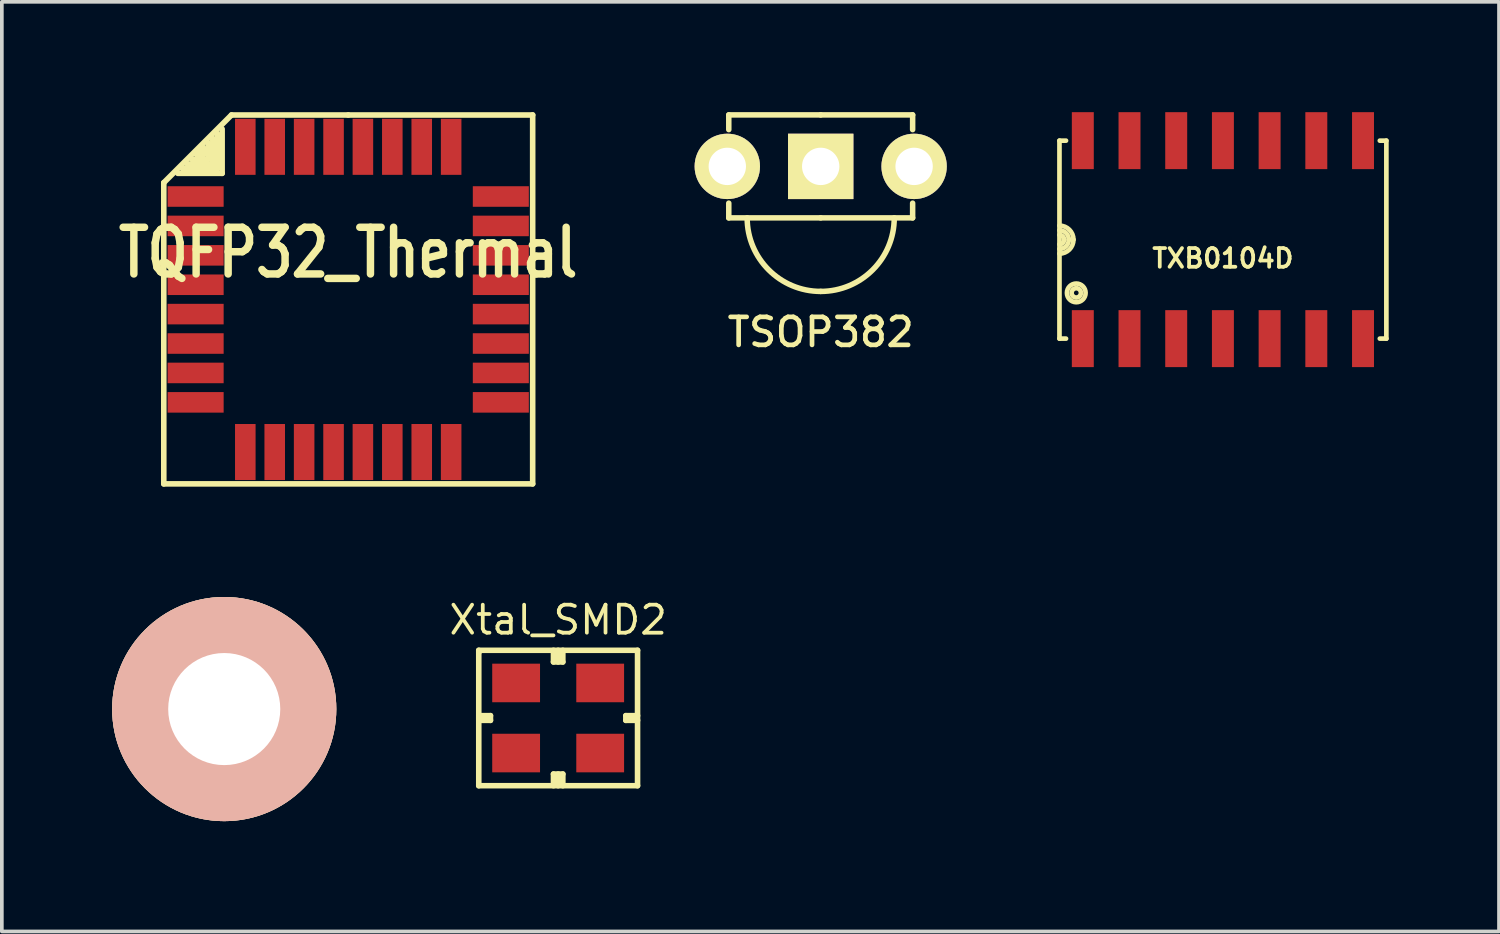
<source format=kicad_pcb>
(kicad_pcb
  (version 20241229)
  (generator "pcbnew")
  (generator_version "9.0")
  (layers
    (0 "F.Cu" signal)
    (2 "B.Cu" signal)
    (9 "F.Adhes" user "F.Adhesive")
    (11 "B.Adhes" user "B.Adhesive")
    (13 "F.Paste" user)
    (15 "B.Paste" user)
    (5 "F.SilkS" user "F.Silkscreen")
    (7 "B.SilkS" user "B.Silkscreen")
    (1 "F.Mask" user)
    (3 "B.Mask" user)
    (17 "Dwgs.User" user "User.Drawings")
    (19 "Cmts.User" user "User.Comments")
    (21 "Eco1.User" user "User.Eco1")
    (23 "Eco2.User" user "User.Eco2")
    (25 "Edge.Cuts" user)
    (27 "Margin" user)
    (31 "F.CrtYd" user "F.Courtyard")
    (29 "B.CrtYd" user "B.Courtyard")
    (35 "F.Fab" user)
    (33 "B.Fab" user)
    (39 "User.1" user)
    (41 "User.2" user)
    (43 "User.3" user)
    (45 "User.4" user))
  (footprint "Xtal_SMD2"
    (layer "F.Cu")
    (at 12.129 16.476)
    (property "Reference" "Xtal_SMD2" (at 0 -2.667 0) (layer "F.SilkS") (effects (font (size 0.762 0.762) (thickness 0.102))))
    (attr smd)
    (fp_line (start -2.159 -1.841) (end 2.159 -1.841) (stroke (width 0.152) (type solid)) (layer "F.SilkS"))
    (fp_line (start -2.159 -1.778) (end -2.159 -1.841) (stroke (width 0.152) (type solid)) (layer "F.SilkS"))
    (fp_line (start -2.159 -0.064) (end -1.841 -0.064) (stroke (width 0.152) (type solid)) (layer "F.SilkS"))
    (fp_line (start -2.159 0) (end -2.159 -1.778) (stroke (width 0.152) (type solid)) (layer "F.SilkS"))
    (fp_line (start -2.159 1.841) (end -2.159 0) (stroke (width 0.152) (type solid)) (layer "F.SilkS"))
    (fp_line (start -1.841 -0.064) (end -1.841 0.064) (stroke (width 0.152) (type solid)) (layer "F.SilkS"))
    (fp_line (start -1.841 0.064) (end -2.159 0.064) (stroke (width 0.152) (type solid)) (layer "F.SilkS"))
    (fp_line (start -0.127 -1.524) (end -0.127 -1.841) (stroke (width 0.152) (type solid)) (layer "F.SilkS"))
    (fp_line (start -0.127 1.524) (end 0.127 1.524) (stroke (width 0.152) (type solid)) (layer "F.SilkS"))
    (fp_line (start -0.127 1.841) (end -0.127 1.524) (stroke (width 0.152) (type solid)) (layer "F.SilkS"))
    (fp_line (start 0 -1.524) (end 0 -1.841) (stroke (width 0.152) (type solid)) (layer "F.SilkS"))
    (fp_line (start 0 1.524) (end 0 1.841) (stroke (width 0.152) (type solid)) (layer "F.SilkS"))
    (fp_line (start 0.127 -1.841) (end 0.127 -1.524) (stroke (width 0.152) (type solid)) (layer "F.SilkS"))
    (fp_line (start 0.127 -1.524) (end -0.127 -1.524) (stroke (width 0.152) (type solid)) (layer "F.SilkS"))
    (fp_line (start 0.127 1.524) (end 0.127 1.841) (stroke (width 0.152) (type solid)) (layer "F.SilkS"))
    (fp_line (start 1.841 -0.064) (end 1.841 0.064) (stroke (width 0.152) (type solid)) (layer "F.SilkS"))
    (fp_line (start 1.841 0.064) (end 2.159 0.064) (stroke (width 0.152) (type solid)) (layer "F.SilkS"))
    (fp_line (start 2.159 -1.841) (end 2.159 1.841) (stroke (width 0.152) (type solid)) (layer "F.SilkS"))
    (fp_line (start 2.159 -0.064) (end 1.841 -0.064) (stroke (width 0.152) (type solid)) (layer "F.SilkS"))
    (fp_line (start 2.159 1.841) (end -2.159 1.841) (stroke (width 0.152) (type solid)) (layer "F.SilkS"))
    (pad "1" smd rect (at -1.143 -0.953) (size 1.3 1.049) (layers "F.Cu" "F.Mask" "F.Paste"))
    (pad "1" smd rect (at -1.143 0.953) (size 1.3 1.049) (layers "F.Cu" "F.Mask" "F.Paste"))
    (pad "2" smd rect (at 1.143 -0.953) (size 1.3 1.049) (layers "F.Cu" "F.Mask" "F.Paste"))
    (pad "2" smd rect (at 1.143 0.953) (size 1.3 1.049) (layers "F.Cu" "F.Mask" "F.Paste")))
  (footprint "vite_3mm"
    (layer "F.Cu")
    (at 3.048 16.233)
    (property "Reference" "vite_3mm" (at 0 1.079 0) (layer "F.SilkS") (effects (font (size 0.762 0.762) (thickness 0.127))))
    (attr through_hole)
    (pad "1" thru_hole circle (at 0 0) (size 6.096 6.096) (drill 3.048) (layers "*.Cu" "*.SilkS" "*.Mask")))
  (footprint "TSOP382"
    (layer "F.Cu")
    (at 19.269 1.475)
    (property "Reference" "TSOP382" (at 0 4.508 0) (layer "F.SilkS") (effects (font (size 0.762 0.762) (thickness 0.127))))
    (attr through_hole)
    (fp_line (start -2.5 -1.4) (end -2.5 -1) (stroke (width 0.15) (type solid)) (layer "F.SilkS"))
    (fp_line (start -2.5 1.4) (end -2.5 1) (stroke (width 0.15) (type solid)) (layer "F.SilkS"))
    (fp_line (start 0 -1.4) (end -2.5 -1.4) (stroke (width 0.15) (type solid)) (layer "F.SilkS"))
    (fp_line (start 0 -1.4) (end 2.5 -1.4) (stroke (width 0.15) (type solid)) (layer "F.SilkS"))
    (fp_line (start 0 1.4) (end -2.5 1.4) (stroke (width 0.15) (type solid)) (layer "F.SilkS"))
    (fp_line (start 0 1.4) (end 2.5 1.4) (stroke (width 0.15) (type solid)) (layer "F.SilkS"))
    (fp_line (start 2.5 -1.4) (end 2.5 -1) (stroke (width 0.15) (type solid)) (layer "F.SilkS"))
    (fp_line (start 2.5 1.4) (end 2.5 1) (stroke (width 0.15) (type solid)) (layer "F.SilkS"))
    (fp_arc (start 0 3.4) (mid -1.414214 2.814214) (end -2 1.4) (stroke (width 0.15) (type solid)) (layer "F.SilkS"))
    (fp_arc (start 2 1.4) (mid 1.414214 2.814214) (end 0 3.4) (stroke (width 0.15) (type solid)) (layer "F.SilkS"))
    (pad "1" thru_hole circle (at -2.54 0) (size 1.778 1.778) (drill 1.016) (layers "*.Cu" "*.Mask" "F.SilkS"))
    (pad "2" thru_hole rect (at 0 0) (size 1.778 1.778) (drill 1.016) (layers "*.Cu" "*.Mask" "F.SilkS"))
    (pad "3" thru_hole circle (at 2.54 0) (size 1.778 1.778) (drill 1.016) (layers "*.Cu" "*.Mask" "F.SilkS")))
  (footprint "TQFP32_Thermal"
    (layer "F.Cu")
    (at 6.42 5.093)
    (property "Reference" "TQFP32_Thermal" (at 0 -1.27 0) (layer "F.SilkS") (effects (font (size 1.27 1.016) (thickness 0.203))))
    (attr smd)
    (fp_line (start -5.016 -3.175) (end -3.175 -5.016) (stroke (width 0.152) (type solid)) (layer "F.SilkS"))
    (fp_line (start -5.016 5.016) (end -5.016 -3.175) (stroke (width 0.152) (type solid)) (layer "F.SilkS"))
    (fp_line (start -4 -4) (end -4.064 -4.064) (stroke (width 0.152) (type solid)) (layer "F.SilkS"))
    (fp_line (start -3.937 -3.937) (end -4.128 -3.937) (stroke (width 0.152) (type solid)) (layer "F.SilkS"))
    (fp_line (start -3.937 -3.937) (end -3.937 -4.128) (stroke (width 0.152) (type solid)) (layer "F.SilkS"))
    (fp_line (start -3.81 -3.81) (end -4.255 -3.81) (stroke (width 0.152) (type solid)) (layer "F.SilkS"))
    (fp_line (start -3.81 -3.81) (end -3.81 -4.255) (stroke (width 0.152) (type solid)) (layer "F.SilkS"))
    (fp_line (start -3.683 -3.683) (end -4.381 -3.683) (stroke (width 0.152) (type solid)) (layer "F.SilkS"))
    (fp_line (start -3.683 -3.683) (end -3.683 -4.381) (stroke (width 0.152) (type solid)) (layer "F.SilkS"))
    (fp_line (start -3.556 -3.556) (end -4.508 -3.556) (stroke (width 0.152) (type solid)) (layer "F.SilkS"))
    (fp_line (start -3.556 -3.556) (end -3.556 -4.508) (stroke (width 0.152) (type solid)) (layer "F.SilkS"))
    (fp_line (start -3.429 -3.429) (end -4.636 -3.429) (stroke (width 0.152) (type solid)) (layer "F.SilkS"))
    (fp_line (start -3.429 -3.429) (end -3.429 -4.636) (stroke (width 0.152) (type solid)) (layer "F.SilkS"))
    (fp_line (start -3.175 -5.016) (end 0 -5.016) (stroke (width 0.152) (type solid)) (layer "F.SilkS"))
    (fp_line (start 0 -5.016) (end 5.016 -5.016) (stroke (width 0.152) (type solid)) (layer "F.SilkS"))
    (fp_line (start 5.016 -5.016) (end 5.016 5.016) (stroke (width 0.152) (type solid)) (layer "F.SilkS"))
    (fp_line (start 5.016 5.016) (end -5.016 5.016) (stroke (width 0.152) (type solid)) (layer "F.SilkS"))
    (pad "1" smd rect (at -4.15 -2.799) (size 1.524 0.559) (layers "F.Cu" "F.Mask" "F.Paste"))
    (pad "2" smd rect (at -4.15 -1.999) (size 1.524 0.559) (layers "F.Cu" "F.Mask" "F.Paste"))
    (pad "3" smd rect (at -4.15 -1.199) (size 1.524 0.559) (layers "F.Cu" "F.Mask" "F.Paste"))
    (pad "4" smd rect (at -4.15 -0.399) (size 1.524 0.559) (layers "F.Cu" "F.Mask" "F.Paste"))
    (pad "5" smd rect (at -4.15 0.399) (size 1.524 0.559) (layers "F.Cu" "F.Mask" "F.Paste"))
    (pad "6" smd rect (at -4.15 1.199) (size 1.524 0.559) (layers "F.Cu" "F.Mask" "F.Paste"))
    (pad "7" smd rect (at -4.15 1.999) (size 1.524 0.559) (layers "F.Cu" "F.Mask" "F.Paste"))
    (pad "8" smd rect (at -4.15 2.799) (size 1.524 0.559) (layers "F.Cu" "F.Mask" "F.Paste"))
    (pad "9" smd rect (at -2.799 4.15 90) (size 1.524 0.559) (layers "F.Cu" "F.Mask" "F.Paste"))
    (pad "10" smd rect (at -1.999 4.15 90) (size 1.524 0.559) (layers "F.Cu" "F.Mask" "F.Paste"))
    (pad "11" smd rect (at -1.199 4.15 90) (size 1.524 0.559) (layers "F.Cu" "F.Mask" "F.Paste"))
    (pad "12" smd rect (at -0.399 4.15 90) (size 1.524 0.559) (layers "F.Cu" "F.Mask" "F.Paste"))
    (pad "13" smd rect (at 0.399 4.15 90) (size 1.524 0.559) (layers "F.Cu" "F.Mask" "F.Paste"))
    (pad "14" smd rect (at 1.199 4.15 90) (size 1.524 0.559) (layers "F.Cu" "F.Mask" "F.Paste"))
    (pad "15" smd rect (at 1.999 4.15 90) (size 1.524 0.559) (layers "F.Cu" "F.Mask" "F.Paste"))
    (pad "16" smd rect (at 2.799 4.15 90) (size 1.524 0.559) (layers "F.Cu" "F.Mask" "F.Paste"))
    (pad "17" smd rect (at 4.15 2.799) (size 1.524 0.559) (layers "F.Cu" "F.Mask" "F.Paste"))
    (pad "18" smd rect (at 4.15 1.999) (size 1.524 0.559) (layers "F.Cu" "F.Mask" "F.Paste"))
    (pad "19" smd rect (at 4.15 1.199) (size 1.524 0.559) (layers "F.Cu" "F.Mask" "F.Paste"))
    (pad "20" smd rect (at 4.15 0.399) (size 1.524 0.559) (layers "F.Cu" "F.Mask" "F.Paste"))
    (pad "21" smd rect (at 4.15 -0.399) (size 1.524 0.559) (layers "F.Cu" "F.Mask" "F.Paste"))
    (pad "22" smd rect (at 4.15 -1.199) (size 1.524 0.559) (layers "F.Cu" "F.Mask" "F.Paste"))
    (pad "23" smd rect (at 4.15 -1.999) (size 1.524 0.559) (layers "F.Cu" "F.Mask" "F.Paste"))
    (pad "24" smd rect (at 4.15 -2.799) (size 1.524 0.559) (layers "F.Cu" "F.Mask" "F.Paste"))
    (pad "25" smd rect (at 2.799 -4.15 90) (size 1.524 0.559) (layers "F.Cu" "F.Mask" "F.Paste"))
    (pad "26" smd rect (at 1.999 -4.15 90) (size 1.524 0.559) (layers "F.Cu" "F.Mask" "F.Paste"))
    (pad "27" smd rect (at 1.199 -4.15 90) (size 1.524 0.559) (layers "F.Cu" "F.Mask" "F.Paste"))
    (pad "28" smd rect (at 0.399 -4.15 90) (size 1.524 0.559) (layers "F.Cu" "F.Mask" "F.Paste"))
    (pad "29" smd rect (at -0.399 -4.15 90) (size 1.524 0.559) (layers "F.Cu" "F.Mask" "F.Paste"))
    (pad "30" smd rect (at -1.199 -4.15 90) (size 1.524 0.559) (layers "F.Cu" "F.Mask" "F.Paste"))
    (pad "31" smd rect (at -1.999 -4.15 90) (size 1.524 0.559) (layers "F.Cu" "F.Mask" "F.Paste"))
    (pad "32" smd rect (at -2.799 -4.15 90) (size 1.524 0.559) (layers "F.Cu" "F.Mask" "F.Paste")))
  (footprint "TXB0104D"
    (layer "F.Cu")
    (at 30.207 3.467)
    (property "Reference" "TXB0104D" (at 0 0.508 0) (layer "F.SilkS") (effects (font (size 0.508 0.508) (thickness 0.102))))
    (attr smd)
    (fp_line (start -4.445 -2.692) (end -4.445 2.692) (stroke (width 0.127) (type solid)) (layer "F.SilkS"))
    (fp_line (start -4.445 2.692) (end -4.267 2.692) (stroke (width 0.127) (type solid)) (layer "F.SilkS"))
    (fp_line (start -4.267 -2.692) (end -4.445 -2.692) (stroke (width 0.127) (type solid)) (layer "F.SilkS"))
    (fp_line (start 4.267 2.692) (end 4.445 2.692) (stroke (width 0.127) (type solid)) (layer "F.SilkS"))
    (fp_line (start 4.445 -2.692) (end 4.267 -2.692) (stroke (width 0.127) (type solid)) (layer "F.SilkS"))
    (fp_line (start 4.445 2.692) (end 4.445 -2.692) (stroke (width 0.127) (type solid)) (layer "F.SilkS"))
    (fp_arc (start -4.445 -0.381) (mid -4.175592 -0.269408) (end -4.064 0) (stroke (width 0.127) (type solid)) (layer "F.SilkS"))
    (fp_arc (start -4.445 -0.254) (mid -4.265395 -0.179605) (end -4.191 0) (stroke (width 0.127) (type solid)) (layer "F.SilkS"))
    (fp_arc (start -4.445 -0.127) (mid -4.355197 -0.089803) (end -4.318 0) (stroke (width 0.127) (type solid)) (layer "F.SilkS"))
    (fp_arc (start -4.318 0) (mid -4.355197 0.089803) (end -4.445 0.127) (stroke (width 0.127) (type solid)) (layer "F.SilkS"))
    (fp_arc (start -4.191 0) (mid -4.265395 0.179605) (end -4.445 0.254) (stroke (width 0.127) (type solid)) (layer "F.SilkS"))
    (fp_arc (start -4.064 0) (mid -4.175592 0.269408) (end -4.445 0.381) (stroke (width 0.127) (type solid)) (layer "F.SilkS"))
    (fp_circle (center -3.988 1.448) (end -4.242 1.448) (stroke (width 0.127) (type solid)) (fill no) (layer "F.SilkS"))
    (fp_circle (center -3.988 1.448) (end -4.115 1.448) (stroke (width 0.127) (type solid)) (fill no) (layer "F.SilkS"))
    (pad "1" smd rect (at -3.81 2.692) (size 0.597 1.549) (layers "F.Cu" "F.Mask" "F.Paste"))
    (pad "2" smd rect (at -2.54 2.692) (size 0.597 1.549) (layers "F.Cu" "F.Mask" "F.Paste"))
    (pad "3" smd rect (at -1.27 2.692) (size 0.597 1.549) (layers "F.Cu" "F.Mask" "F.Paste"))
    (pad "4" smd rect (at 0 2.692) (size 0.597 1.549) (layers "F.Cu" "F.Mask" "F.Paste"))
    (pad "5" smd rect (at 1.27 2.692) (size 0.597 1.549) (layers "F.Cu" "F.Mask" "F.Paste"))
    (pad "6" smd rect (at 2.54 2.692) (size 0.597 1.549) (layers "F.Cu" "F.Mask" "F.Paste"))
    (pad "7" smd rect (at 3.81 2.692) (size 0.597 1.549) (layers "F.Cu" "F.Mask" "F.Paste"))
    (pad "8" smd rect (at 3.81 -2.692) (size 0.597 1.549) (layers "F.Cu" "F.Mask" "F.Paste"))
    (pad "9" smd rect (at 2.54 -2.692) (size 0.597 1.549) (layers "F.Cu" "F.Mask" "F.Paste"))
    (pad "10" smd rect (at 1.27 -2.692) (size 0.597 1.549) (layers "F.Cu" "F.Mask" "F.Paste"))
    (pad "11" smd rect (at 0 -2.692) (size 0.597 1.549) (layers "F.Cu" "F.Mask" "F.Paste"))
    (pad "12" smd rect (at -1.27 -2.692) (size 0.597 1.549) (layers "F.Cu" "F.Mask" "F.Paste"))
    (pad "13" smd rect (at -2.54 -2.692) (size 0.597 1.549) (layers "F.Cu" "F.Mask" "F.Paste"))
    (pad "14" smd rect (at -3.81 -2.692) (size 0.597 1.549) (layers "F.Cu" "F.Mask" "F.Paste")))
  (gr_rect
    (start -3 -3)
    (end 37.715 22.281)
    (stroke (width 0.1) (type default))
    (fill no)
    (layer "Edge.Cuts")))
</source>
